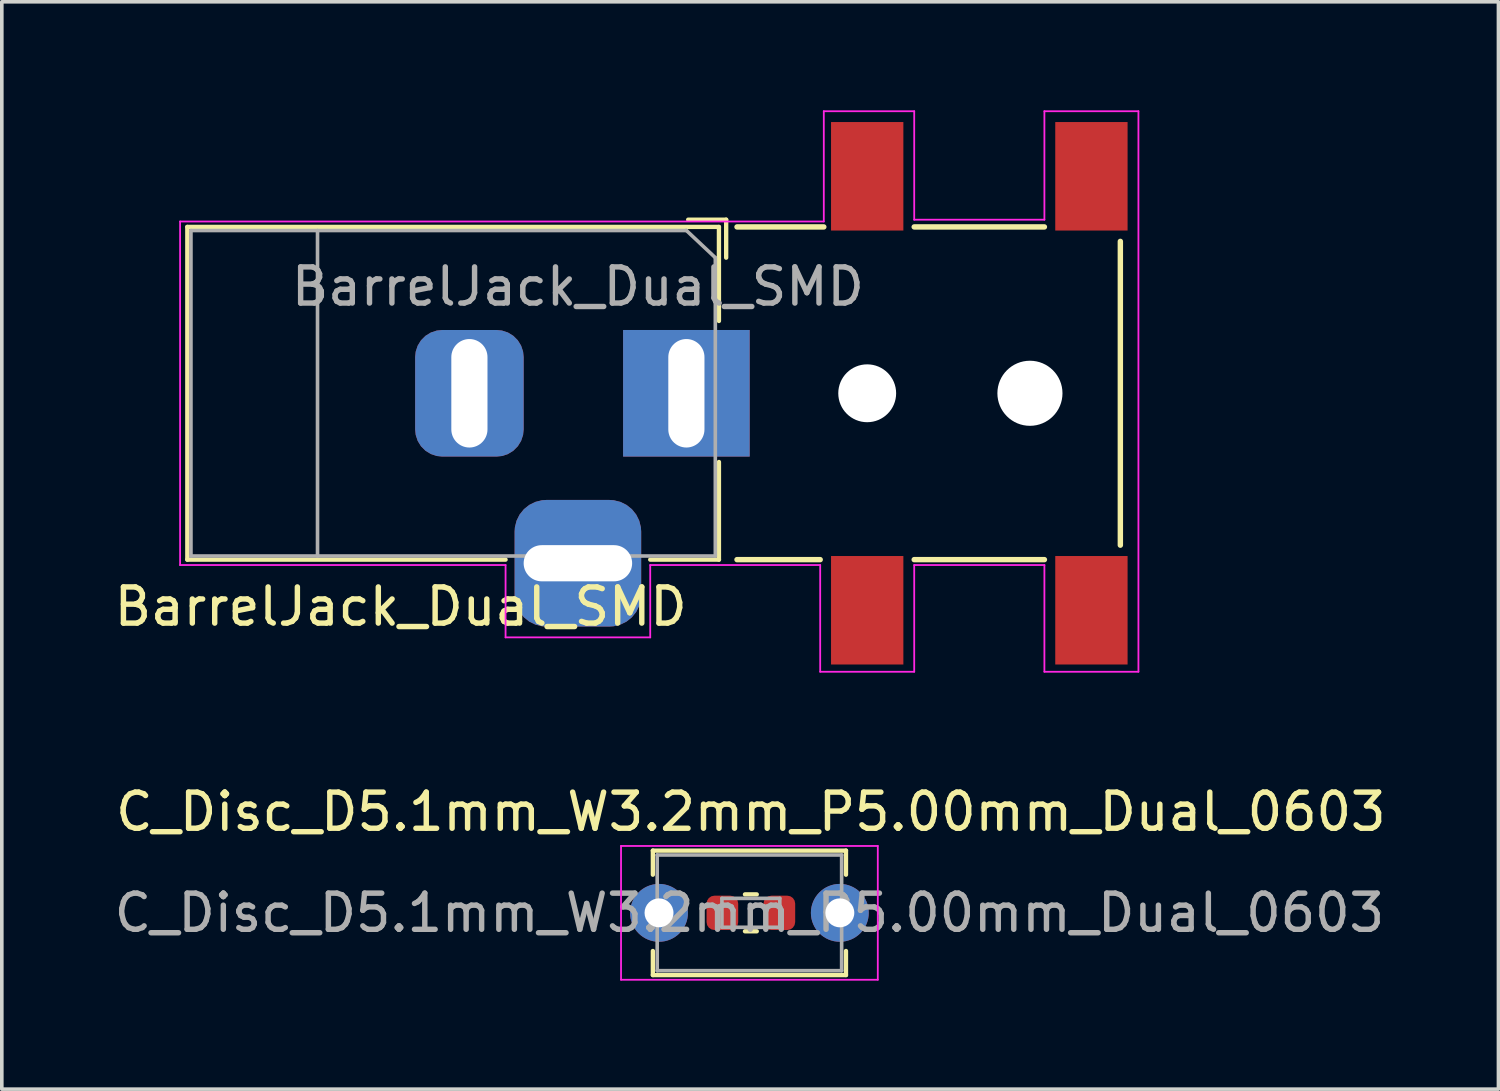
<source format=kicad_pcb>
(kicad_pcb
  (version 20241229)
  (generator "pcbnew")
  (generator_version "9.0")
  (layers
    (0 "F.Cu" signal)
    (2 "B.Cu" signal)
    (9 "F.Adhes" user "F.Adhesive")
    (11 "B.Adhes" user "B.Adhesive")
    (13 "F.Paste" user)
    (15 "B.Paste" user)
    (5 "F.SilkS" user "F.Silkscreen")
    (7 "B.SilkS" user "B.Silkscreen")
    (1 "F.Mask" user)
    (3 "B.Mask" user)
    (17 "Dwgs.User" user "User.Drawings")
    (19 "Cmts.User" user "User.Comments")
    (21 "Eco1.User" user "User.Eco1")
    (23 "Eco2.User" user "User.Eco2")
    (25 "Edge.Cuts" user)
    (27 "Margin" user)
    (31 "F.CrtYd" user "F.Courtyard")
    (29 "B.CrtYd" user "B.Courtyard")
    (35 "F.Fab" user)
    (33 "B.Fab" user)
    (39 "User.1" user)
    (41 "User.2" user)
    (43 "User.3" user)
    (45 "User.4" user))
  (footprint "C_Disc_D5.1mm_W3.2mm_P5.00mm_Dual_0603"
    (layer "F.Cu")
    (at 15.173 22.192)
    (property "Reference" "C_Disc_D5.1mm_W3.2mm_P5.00mm_Dual_0603" (at 2.54 -2.794 0) (layer "F.SilkS") (effects (font (size 1 1) (thickness 0.15))))
    (attr through_hole)
    (fp_line (start -0.17 -1.721) (end -0.17 -1.055) (stroke (width 0.12) (type solid)) (layer "F.SilkS"))
    (fp_line (start -0.17 -1.721) (end 5.17 -1.721) (stroke (width 0.12) (type solid)) (layer "F.SilkS"))
    (fp_line (start -0.17 1.055) (end -0.17 1.721) (stroke (width 0.12) (type solid)) (layer "F.SilkS"))
    (fp_line (start -0.17 1.721) (end 5.17 1.721) (stroke (width 0.12) (type solid)) (layer "F.SilkS"))
    (fp_line (start 2.377 -0.51) (end 2.703 -0.51) (stroke (width 0.12) (type solid)) (layer "F.SilkS"))
    (fp_line (start 2.377 0.51) (end 2.703 0.51) (stroke (width 0.12) (type solid)) (layer "F.SilkS"))
    (fp_line (start 5.17 -1.721) (end 5.17 -1.055) (stroke (width 0.12) (type solid)) (layer "F.SilkS"))
    (fp_line (start 5.17 1.055) (end 5.17 1.721) (stroke (width 0.12) (type solid)) (layer "F.SilkS"))
    (fp_line (start -1.05 -1.85) (end -1.05 1.85) (stroke (width 0.05) (type solid)) (layer "F.CrtYd"))
    (fp_line (start -1.05 1.85) (end 6.05 1.85) (stroke (width 0.05) (type solid)) (layer "F.CrtYd"))
    (fp_line (start 6.05 -1.85) (end -1.05 -1.85) (stroke (width 0.05) (type solid)) (layer "F.CrtYd"))
    (fp_line (start 6.05 1.85) (end 6.05 -1.85) (stroke (width 0.05) (type solid)) (layer "F.CrtYd"))
    (fp_line (start -0.05 -1.6) (end -0.05 1.6) (stroke (width 0.1) (type solid)) (layer "F.Fab"))
    (fp_line (start -0.05 1.6) (end 5.05 1.6) (stroke (width 0.1) (type solid)) (layer "F.Fab"))
    (fp_line (start 1.74 -0.4) (end 3.34 -0.4) (stroke (width 0.1) (type solid)) (layer "F.Fab"))
    (fp_line (start 1.74 0.4) (end 1.74 -0.4) (stroke (width 0.1) (type solid)) (layer "F.Fab"))
    (fp_line (start 3.34 -0.4) (end 3.34 0.4) (stroke (width 0.1) (type solid)) (layer "F.Fab"))
    (fp_line (start 3.34 0.4) (end 1.74 0.4) (stroke (width 0.1) (type solid)) (layer "F.Fab"))
    (fp_line (start 5.05 -1.6) (end -0.05 -1.6) (stroke (width 0.1) (type solid)) (layer "F.Fab"))
    (fp_line (start 5.05 1.6) (end 5.05 -1.6) (stroke (width 0.1) (type solid)) (layer "F.Fab"))
    (fp_text user "${REFERENCE}" (at 2.5 0 0) (layer "F.Fab") (effects (font (size 1 1) (thickness 0.15))))
    (pad "1" thru_hole circle (at 0 0) (size 1.6 1.6) (drill 0.8) (layers "*.Cu" "*.Mask"))
    (pad "1" smd roundrect (at 1.752 0) (size 0.875 0.95) (layers "F.Cu" "F.Mask" "F.Paste") (roundrect_rratio 0.25))
    (pad "2" smd roundrect (at 3.328 0) (size 0.875 0.95) (layers "F.Cu" "F.Mask" "F.Paste") (roundrect_rratio 0.25))
    (pad "2" thru_hole circle (at 5 0) (size 1.6 1.6) (drill 0.8) (layers "*.Cu" "*.Mask")))
  (footprint "BarrelJack_Dual_SMD"
    (layer "F.Cu")
    (at 15.93 7.825)
    (property "Reference" "BarrelJack_Dual_SMD" (at -7.9 5.9 0) (layer "F.SilkS") (effects (font (size 1 1) (thickness 0.15))))
    (attr through_hole)
    (fp_line (start -13.8 -4.6) (end 0.9 -4.6) (stroke (width 0.12) (type solid)) (layer "F.SilkS"))
    (fp_line (start -13.8 4.6) (end -13.8 -4.6) (stroke (width 0.12) (type solid)) (layer "F.SilkS"))
    (fp_line (start -5 4.6) (end -13.8 4.6) (stroke (width 0.12) (type solid)) (layer "F.SilkS"))
    (fp_line (start 0.05 -4.8) (end 1.1 -4.8) (stroke (width 0.12) (type solid)) (layer "F.SilkS"))
    (fp_line (start 0.9 -4.6) (end 0.9 -2) (stroke (width 0.12) (type solid)) (layer "F.SilkS"))
    (fp_line (start 0.9 1.9) (end 0.9 4.6) (stroke (width 0.12) (type solid)) (layer "F.SilkS"))
    (fp_line (start 0.9 4.6) (end -1 4.6) (stroke (width 0.12) (type solid)) (layer "F.SilkS"))
    (fp_line (start 1.1 -3.75) (end 1.1 -4.8) (stroke (width 0.12) (type solid)) (layer "F.SilkS"))
    (fp_line (start 1.4 4.6) (end 3.7 4.6) (stroke (width 0.15) (type solid)) (layer "F.SilkS"))
    (fp_line (start 3.8 -4.6) (end 1.4 -4.6) (stroke (width 0.15) (type solid)) (layer "F.SilkS"))
    (fp_line (start 6.3 4.6) (end 9.9 4.6) (stroke (width 0.15) (type solid)) (layer "F.SilkS"))
    (fp_line (start 9.9 -4.6) (end 6.3 -4.6) (stroke (width 0.15) (type solid)) (layer "F.SilkS"))
    (fp_line (start 12 4.2) (end 12 -4.2) (stroke (width 0.15) (type solid)) (layer "F.SilkS"))
    (fp_line (start -14 4.75) (end -14 -4.75) (stroke (width 0.05) (type solid)) (layer "F.CrtYd"))
    (fp_line (start -5 4.75) (end -14 4.75) (stroke (width 0.05) (type solid)) (layer "F.CrtYd"))
    (fp_line (start -5 6.75) (end -5 4.75) (stroke (width 0.05) (type solid)) (layer "F.CrtYd"))
    (fp_line (start -1 4.75) (end -1 6.75) (stroke (width 0.05) (type solid)) (layer "F.CrtYd"))
    (fp_line (start -1 6.75) (end -5 6.75) (stroke (width 0.05) (type solid)) (layer "F.CrtYd"))
    (fp_line (start 3.7 4.75) (end -1 4.75) (stroke (width 0.05) (type solid)) (layer "F.CrtYd"))
    (fp_line (start 3.7 4.75) (end 3.7 7.7) (stroke (width 0.05) (type solid)) (layer "F.CrtYd"))
    (fp_line (start 3.7 7.7) (end 6.3 7.7) (stroke (width 0.05) (type solid)) (layer "F.CrtYd"))
    (fp_line (start 3.8 -7.8) (end 3.8 -4.75) (stroke (width 0.05) (type solid)) (layer "F.CrtYd"))
    (fp_line (start 3.8 -4.75) (end -14 -4.75) (stroke (width 0.05) (type solid)) (layer "F.CrtYd"))
    (fp_line (start 6.3 -7.8) (end 3.8 -7.8) (stroke (width 0.05) (type solid)) (layer "F.CrtYd"))
    (fp_line (start 6.3 -4.8) (end 6.3 -7.8) (stroke (width 0.05) (type solid)) (layer "F.CrtYd"))
    (fp_line (start 6.3 4.75) (end 9.9 4.75) (stroke (width 0.05) (type solid)) (layer "F.CrtYd"))
    (fp_line (start 6.3 7.7) (end 6.3 4.75) (stroke (width 0.05) (type solid)) (layer "F.CrtYd"))
    (fp_line (start 9.9 -7.8) (end 9.9 -4.8) (stroke (width 0.05) (type solid)) (layer "F.CrtYd"))
    (fp_line (start 9.9 -4.8) (end 6.3 -4.8) (stroke (width 0.05) (type solid)) (layer "F.CrtYd"))
    (fp_line (start 9.9 4.75) (end 9.9 7.7) (stroke (width 0.05) (type solid)) (layer "F.CrtYd"))
    (fp_line (start 9.9 7.7) (end 12.5 7.7) (stroke (width 0.05) (type solid)) (layer "F.CrtYd"))
    (fp_line (start 12.5 -7.8) (end 9.9 -7.8) (stroke (width 0.05) (type solid)) (layer "F.CrtYd"))
    (fp_line (start 12.5 7.7) (end 12.5 -7.8) (stroke (width 0.05) (type solid)) (layer "F.CrtYd"))
    (fp_line (start -13.7 -4.5) (end -13.7 4.5) (stroke (width 0.1) (type solid)) (layer "F.Fab"))
    (fp_line (start -13.7 4.5) (end 0.8 4.5) (stroke (width 0.1) (type solid)) (layer "F.Fab"))
    (fp_line (start -10.2 -4.5) (end -10.2 4.5) (stroke (width 0.1) (type solid)) (layer "F.Fab"))
    (fp_line (start -0.003 -4.505) (end 0.8 -3.75) (stroke (width 0.1) (type solid)) (layer "F.Fab"))
    (fp_line (start 0 -4.5) (end -13.7 -4.5) (stroke (width 0.1) (type solid)) (layer "F.Fab"))
    (fp_line (start 0.8 4.5) (end 0.8 -3.75) (stroke (width 0.1) (type solid)) (layer "F.Fab"))
    (fp_text user "${REFERENCE}" (at -3 -2.95 0) (layer "F.Fab") (effects (font (size 1 1) (thickness 0.15))))
    (pad "" np_thru_hole circle (at 5 0 270) (size 1.6 1.6) (drill 1.6) (layers "*.Cu" "*.Mask"))
    (pad "" np_thru_hole circle (at 9.5 0 270) (size 1.8 1.8) (drill 1.8) (layers "*.Cu" "*.Mask"))
    (pad "1" thru_hole rect (at 0 0) (size 3.5 3.5) (drill oval 1 3) (layers "*.Cu" "*.Mask"))
    (pad "1" smd rect (at 5 6 270) (size 3 2) (layers "F.Cu" "F.Mask" "F.Paste"))
    (pad "1" smd rect (at 11.2 6 270) (size 3 2) (layers "F.Cu" "F.Mask" "F.Paste"))
    (pad "2" thru_hole roundrect (at -6 0) (size 3 3.5) (drill oval 1 3) (layers "*.Cu" "*.Mask") (roundrect_rratio 0.25))
    (pad "2" smd rect (at 5 -6 270) (size 3 2) (layers "F.Cu" "F.Mask" "F.Paste"))
    (pad "3" thru_hole roundrect (at -3 4.7) (size 3.5 3.5) (drill oval 3 1) (layers "*.Cu" "*.Mask") (roundrect_rratio 0.25))
    (pad "3" smd rect (at 11.2 -6 270) (size 3 2) (layers "F.Cu" "F.Mask" "F.Paste")))
  (gr_rect
    (start -3 -3)
    (end 38.385 27.067)
    (stroke (width 0.1) (type default))
    (fill no)
    (layer "Edge.Cuts")))
</source>
